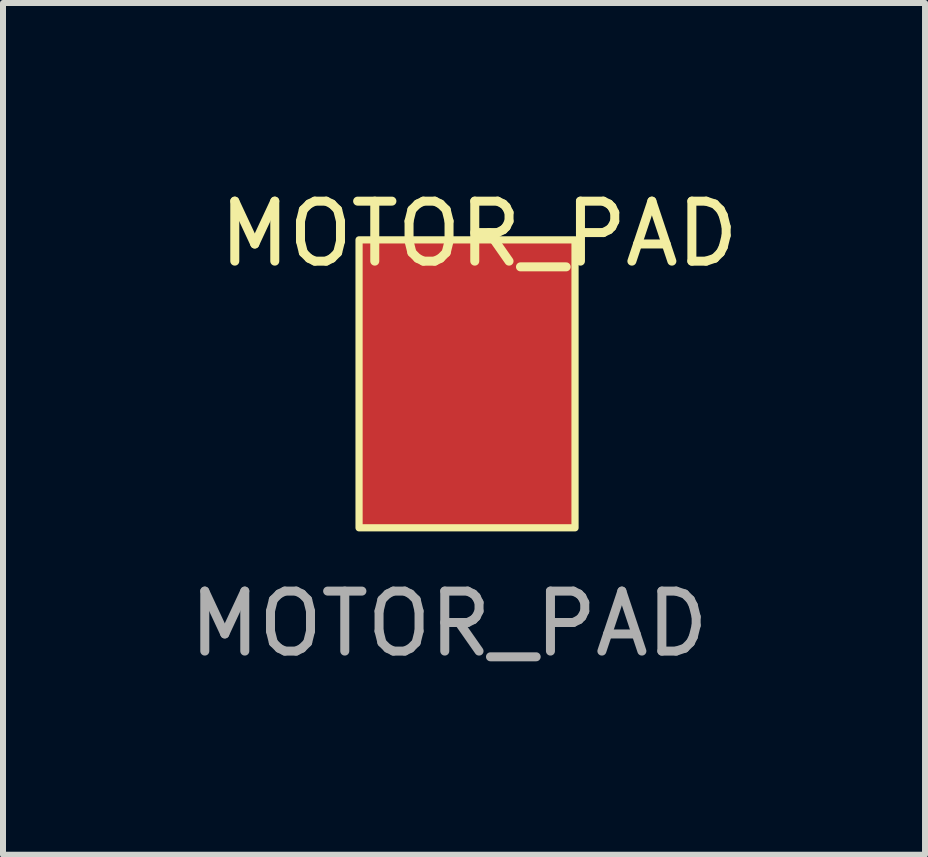
<source format=kicad_pcb>
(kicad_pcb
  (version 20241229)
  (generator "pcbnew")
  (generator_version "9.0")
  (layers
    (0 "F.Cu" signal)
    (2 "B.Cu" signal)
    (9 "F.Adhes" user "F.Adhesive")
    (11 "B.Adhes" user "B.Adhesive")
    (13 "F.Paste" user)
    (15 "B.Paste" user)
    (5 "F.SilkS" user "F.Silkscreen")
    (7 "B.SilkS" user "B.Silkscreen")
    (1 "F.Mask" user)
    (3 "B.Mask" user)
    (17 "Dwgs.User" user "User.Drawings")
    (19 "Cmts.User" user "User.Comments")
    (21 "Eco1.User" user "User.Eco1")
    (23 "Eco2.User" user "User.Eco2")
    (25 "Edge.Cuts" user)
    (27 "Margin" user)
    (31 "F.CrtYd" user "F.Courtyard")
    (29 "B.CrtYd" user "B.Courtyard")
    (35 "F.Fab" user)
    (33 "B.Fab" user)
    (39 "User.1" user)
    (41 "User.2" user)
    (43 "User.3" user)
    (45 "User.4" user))
  (footprint "MOTOR_PAD"
    (layer "F.Cu")
    (at 4.435 3.348)
    (property "Reference" "MOTOR_PAD" (at 0.5 -2.5 0) (unlocked yes) (layer "F.SilkS") (effects (font (size 1 1) (thickness 0.15))))
    (attr smd)
    (fp_rect (start -1.5 -2.4) (end 2.1 2.4) (stroke (width 0.12) (type solid)) (fill no) (layer "F.SilkS"))
    (fp_text user "${REFERENCE}" (at 0 4 0) (unlocked yes) (layer "F.Fab") (effects (font (size 1 1) (thickness 0.15))))
    (pad "1" smd rect (at 0.3 0) (size 3.6 4.8) (layers "F.Cu" "F.Mask" "F.Paste")))
  (gr_rect
    (start -3 -3)
    (end 12.369 11.197)
    (stroke (width 0.1) (type default))
    (fill no)
    (layer "Edge.Cuts")))
</source>
